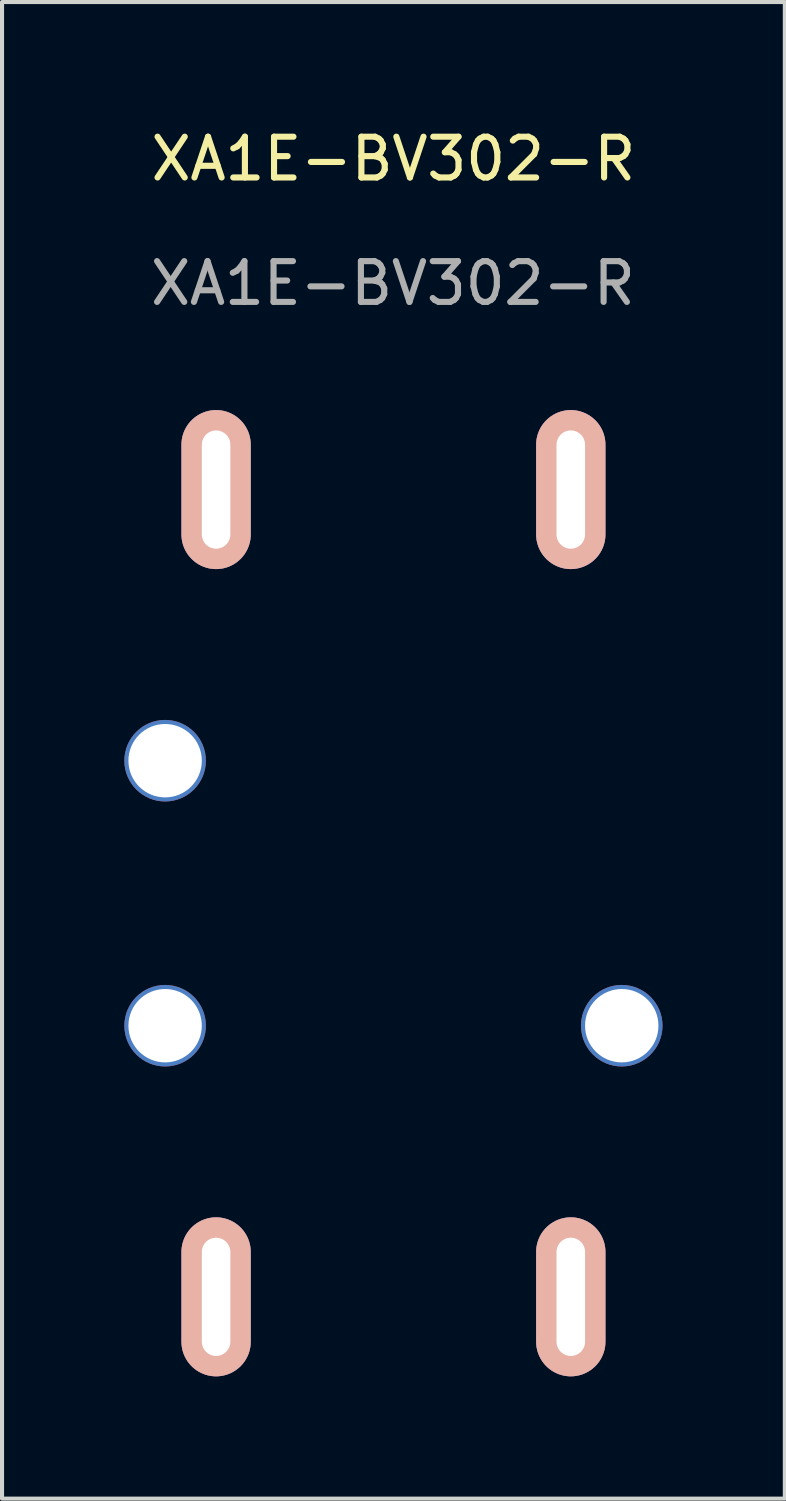
<source format=kicad_pcb>
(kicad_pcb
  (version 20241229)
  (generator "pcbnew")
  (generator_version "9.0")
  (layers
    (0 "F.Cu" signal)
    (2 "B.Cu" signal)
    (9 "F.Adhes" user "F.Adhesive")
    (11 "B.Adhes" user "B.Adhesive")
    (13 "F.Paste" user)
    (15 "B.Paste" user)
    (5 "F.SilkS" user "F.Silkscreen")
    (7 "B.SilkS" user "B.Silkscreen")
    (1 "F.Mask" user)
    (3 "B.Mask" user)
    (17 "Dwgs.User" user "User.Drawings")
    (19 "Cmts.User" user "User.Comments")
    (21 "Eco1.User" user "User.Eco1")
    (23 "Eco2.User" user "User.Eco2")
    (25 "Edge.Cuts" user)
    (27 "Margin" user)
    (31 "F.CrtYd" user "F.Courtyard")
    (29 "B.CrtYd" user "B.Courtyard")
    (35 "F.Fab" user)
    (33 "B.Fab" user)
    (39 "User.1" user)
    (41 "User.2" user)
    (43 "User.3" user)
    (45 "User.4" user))
  (footprint "XA1E-BV302-R"
    (layer "F.Cu")
    (at 6.6 18.858)
    (property "Reference" "XA1E-BV302-R" (at 0 -18.01 0) (unlocked yes) (layer "F.SilkS") (effects (font (size 1 1) (thickness 0.15))))
    (attr through_hole)
    (fp_text user "${REFERENCE}" (at -0.012 -14.958 0) (unlocked yes) (layer "F.Fab") (effects (font (size 1 1) (thickness 0.15))))
    (pad "1" thru_hole oval (at 4.35 -9.9) (size 1.7 3.9) (drill oval 0.7 2.9) (layers "*.Cu" "*.Mask" "B.SilkS"))
    (pad "2" thru_hole oval (at -4.35 -9.9) (size 1.7 3.9) (drill oval 0.7 2.9) (layers "*.Cu" "*.Mask" "B.SilkS"))
    (pad "3" thru_hole oval (at 4.35 9.9) (size 1.7 3.9) (drill oval 0.7 2.9) (layers "*.Cu" "*.Mask" "B.SilkS"))
    (pad "4" thru_hole oval (at -4.35 9.9) (size 1.7 3.9) (drill oval 0.7 2.9) (layers "*.Cu" "*.Mask" "B.SilkS"))
    (pad "5" thru_hole circle (at -5.6 -3.25) (size 2 2) (drill 1.8) (layers "*.Cu" "*.Mask"))
    (pad "6" thru_hole circle (at 5.6 3.25) (size 2 2) (drill 1.8) (layers "*.Cu" "*.Mask"))
    (pad "7" thru_hole circle (at -5.6 3.25) (size 2 2) (drill 1.8) (layers "*.Cu" "*.Mask")))
  (gr_rect
    (start -3 -3)
    (end 16.2 33.708)
    (stroke (width 0.1) (type default))
    (fill no)
    (layer "Edge.Cuts")))
</source>
